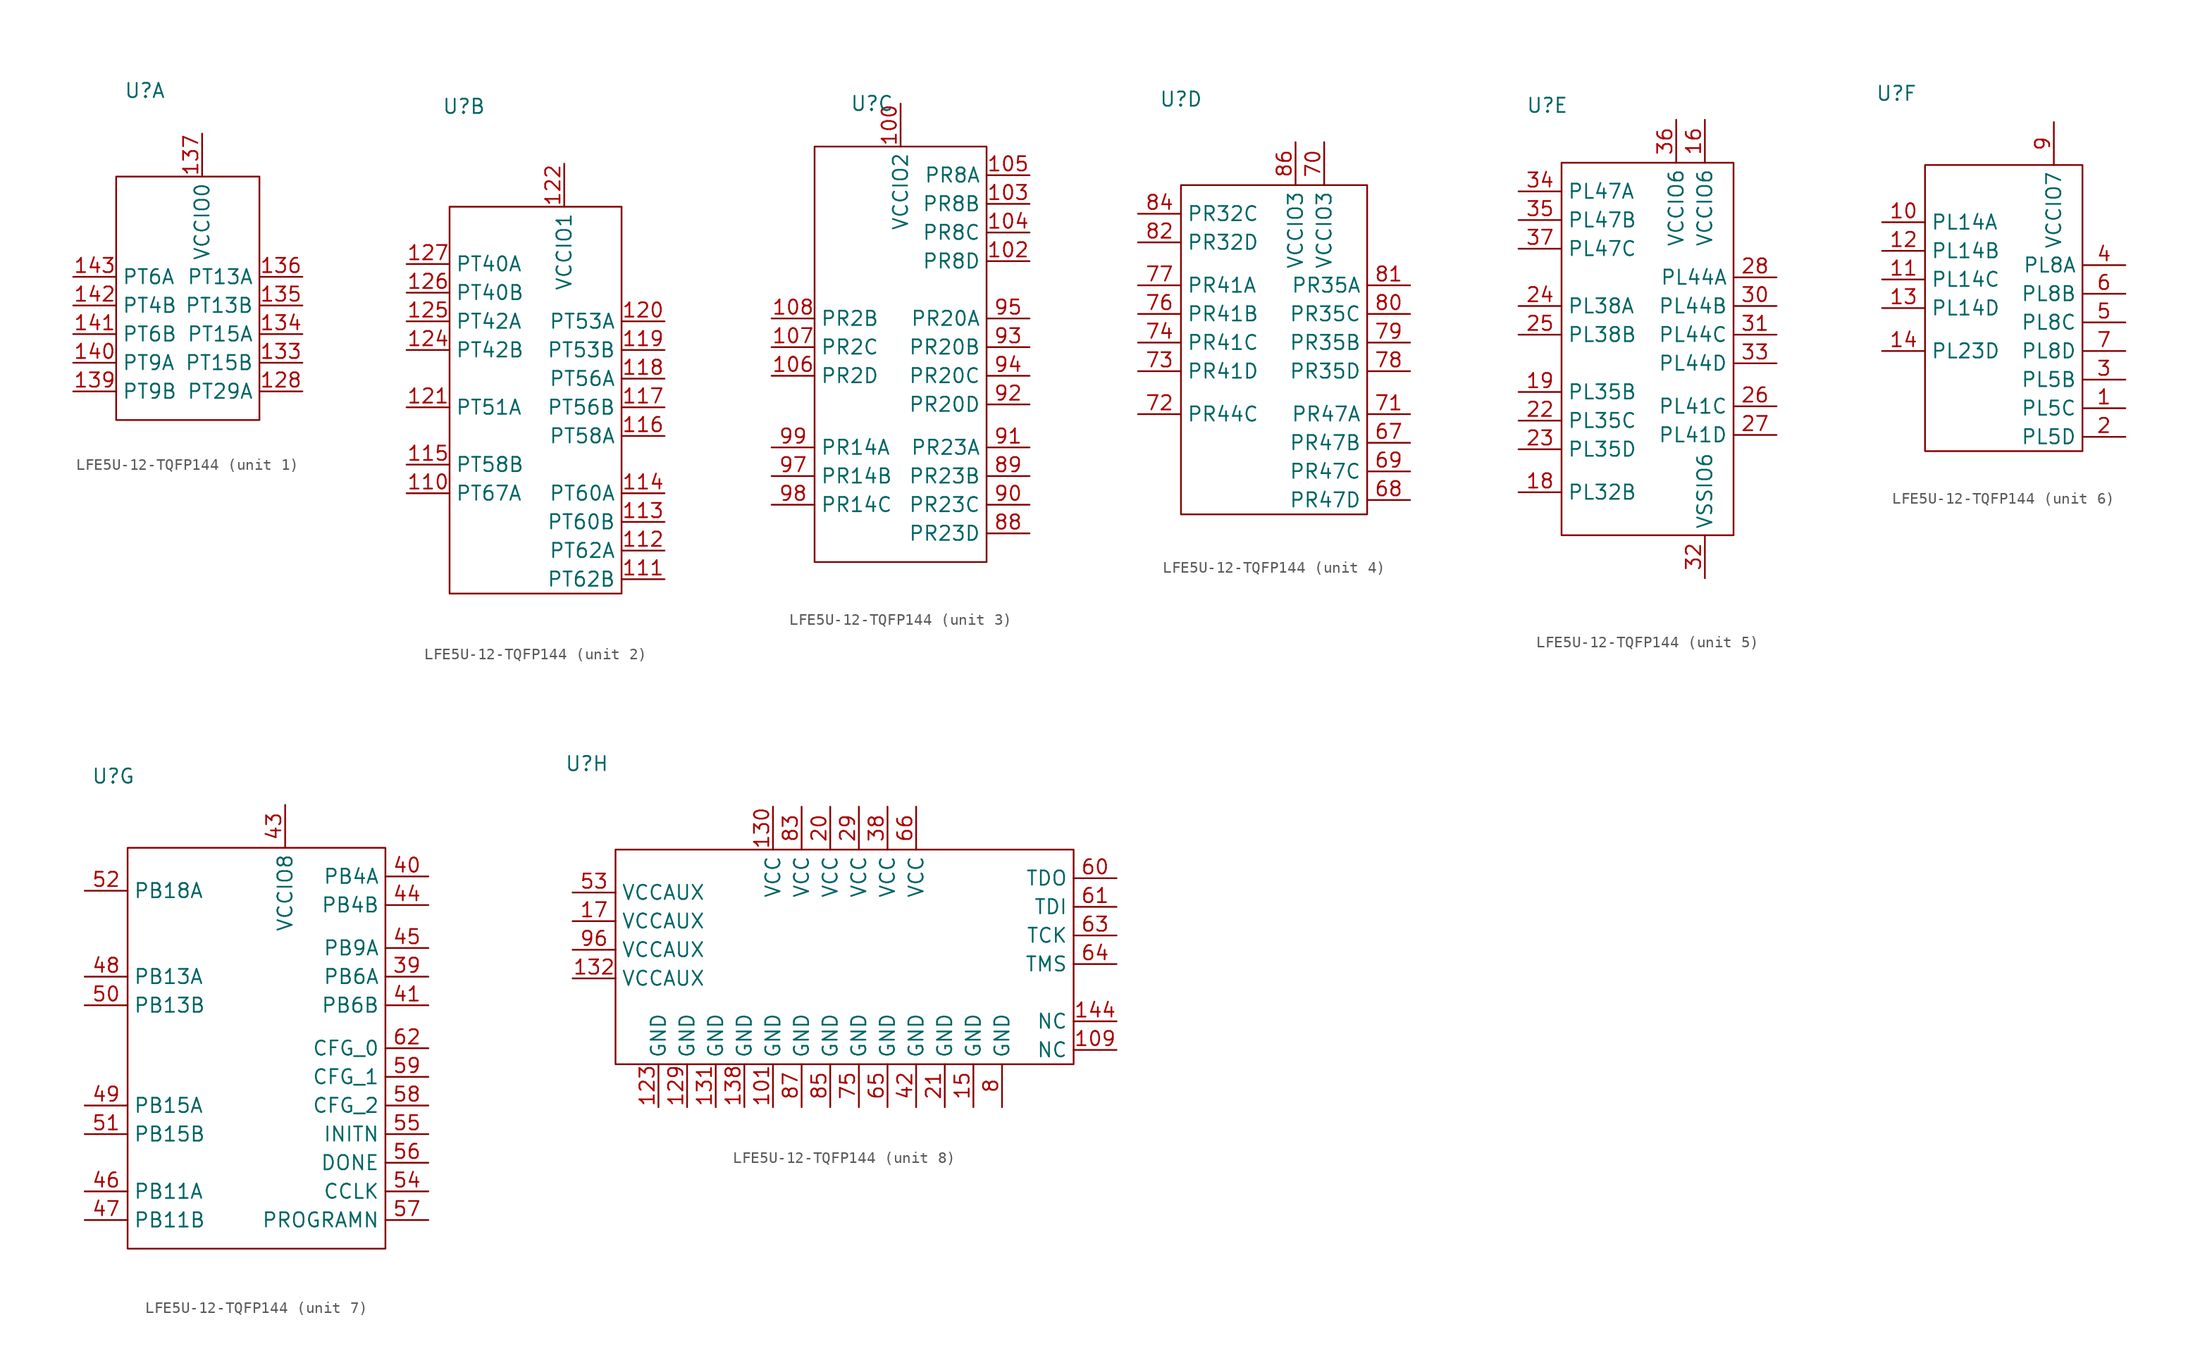
<source format=kicad_sym>
(kicad_symbol_lib
  (version 20241209)
  (generator "kicad_symbol_editor")
  (generator_version "9.0")
  (symbol "LFE5U-12-TQFP144"
    (property "Reference" "U"
      (at 0 0 0)
      (effects (font (size 1.27 1.27))))
    (property "Value" ""
      (at 0 0 0)
      (effects (font (size 1.27 1.27))))
    (property "ki_locked" ""
      (at 0 0 0)
      (effects (font (size 1.27 1.27))))
    (symbol "LFE5U-12-TQFP144_1_0"
      (pin bidirectional line (at -6.35 -16.51 0) (length 3.81) (name "PT6A" (effects (font (size 1.27 1.27)))) (number "143" (effects (font (size 1.27 1.27)))))
      (pin bidirectional line (at -6.35 -19.05 0) (length 3.81) (name "PT4B" (effects (font (size 1.27 1.27)))) (number "142" (effects (font (size 1.27 1.27)))))
      (pin bidirectional line (at -6.35 -21.59 0) (length 3.81) (name "PT6B" (effects (font (size 1.27 1.27)))) (number "141" (effects (font (size 1.27 1.27)))))
      (pin bidirectional line (at -6.35 -24.13 0) (length 3.81) (name "PT9A" (effects (font (size 1.27 1.27)))) (number "140" (effects (font (size 1.27 1.27)))))
      (pin bidirectional line (at -6.35 -26.67 0) (length 3.81) (name "PT9B" (effects (font (size 1.27 1.27)))) (number "139" (effects (font (size 1.27 1.27)))))
      (pin power_in line (at 5.08 -3.81 270) (length 3.81) (name "VCCIO0" (effects (font (size 1.27 1.27)))) (number "137" (effects (font (size 1.27 1.27)))))
      (pin bidirectional line (at 13.97 -16.51 180) (length 3.81) (name "PT13A" (effects (font (size 1.27 1.27)))) (number "136" (effects (font (size 1.27 1.27)))))
      (pin bidirectional line (at 13.97 -19.05 180) (length 3.81) (name "PT13B" (effects (font (size 1.27 1.27)))) (number "135" (effects (font (size 1.27 1.27)))))
      (pin bidirectional line (at 13.97 -21.59 180) (length 3.81) (name "PT15A" (effects (font (size 1.27 1.27)))) (number "134" (effects (font (size 1.27 1.27)))))
      (pin bidirectional line (at 13.97 -24.13 180) (length 3.81) (name "PT15B" (effects (font (size 1.27 1.27)))) (number "133" (effects (font (size 1.27 1.27)))))
      (pin bidirectional line (at 13.97 -26.67 180) (length 3.81) (name "PT29A" (effects (font (size 1.27 1.27)))) (number "128" (effects (font (size 1.27 1.27))))))
    (symbol "LFE5U-12-TQFP144_1_1"
      (rectangle (start -2.54 -7.62) (end 10.16 -29.21) (stroke (width 0) (type default)) (fill (type none))))
    (symbol "LFE5U-12-TQFP144_2_0"
      (pin bidirectional line (at -5.08 -13.97 0) (length 3.81) (name "PT40A" (effects (font (size 1.27 1.27)))) (number "127" (effects (font (size 1.27 1.27)))))
      (pin bidirectional line (at -5.08 -16.51 0) (length 3.81) (name "PT40B" (effects (font (size 1.27 1.27)))) (number "126" (effects (font (size 1.27 1.27)))))
      (pin bidirectional line (at -5.08 -19.05 0) (length 3.81) (name "PT42A" (effects (font (size 1.27 1.27)))) (number "125" (effects (font (size 1.27 1.27)))))
      (pin bidirectional line (at -5.08 -21.59 0) (length 3.81) (name "PT42B" (effects (font (size 1.27 1.27)))) (number "124" (effects (font (size 1.27 1.27)))))
      (pin bidirectional line (at -5.08 -26.67 0) (length 3.81) (name "PT51A" (effects (font (size 1.27 1.27)))) (number "121" (effects (font (size 1.27 1.27)))))
      (pin bidirectional line (at -5.08 -31.75 0) (length 3.81) (name "PT58B" (effects (font (size 1.27 1.27)))) (number "115" (effects (font (size 1.27 1.27)))))
      (pin bidirectional line (at -5.08 -34.29 0) (length 3.81) (name "PT67A" (effects (font (size 1.27 1.27)))) (number "110" (effects (font (size 1.27 1.27)))))
      (pin power_in line (at 8.89 -5.08 270) (length 3.81) (name "VCCIO1" (effects (font (size 1.27 1.27)))) (number "122" (effects (font (size 1.27 1.27)))))
      (pin bidirectional line (at 17.78 -19.05 180) (length 3.81) (name "PT53A" (effects (font (size 1.27 1.27)))) (number "120" (effects (font (size 1.27 1.27)))))
      (pin bidirectional line (at 17.78 -21.59 180) (length 3.81) (name "PT53B" (effects (font (size 1.27 1.27)))) (number "119" (effects (font (size 1.27 1.27)))))
      (pin bidirectional line (at 17.78 -24.13 180) (length 3.81) (name "PT56A" (effects (font (size 1.27 1.27)))) (number "118" (effects (font (size 1.27 1.27)))))
      (pin bidirectional line (at 17.78 -26.67 180) (length 3.81) (name "PT56B" (effects (font (size 1.27 1.27)))) (number "117" (effects (font (size 1.27 1.27)))))
      (pin bidirectional line (at 17.78 -29.21 180) (length 3.81) (name "PT58A" (effects (font (size 1.27 1.27)))) (number "116" (effects (font (size 1.27 1.27)))))
      (pin bidirectional line (at 17.78 -34.29 180) (length 3.81) (name "PT60A" (effects (font (size 1.27 1.27)))) (number "114" (effects (font (size 1.27 1.27)))))
      (pin bidirectional line (at 17.78 -36.83 180) (length 3.81) (name "PT60B" (effects (font (size 1.27 1.27)))) (number "113" (effects (font (size 1.27 1.27)))))
      (pin bidirectional line (at 17.78 -39.37 180) (length 3.81) (name "PT62A" (effects (font (size 1.27 1.27)))) (number "112" (effects (font (size 1.27 1.27)))))
      (pin bidirectional line (at 17.78 -41.91 180) (length 3.81) (name "PT62B" (effects (font (size 1.27 1.27)))) (number "111" (effects (font (size 1.27 1.27))))))
    (symbol "LFE5U-12-TQFP144_2_1"
      (rectangle (start -1.27 -8.89) (end 13.97 -43.18) (stroke (width 0) (type default)) (fill (type none))))
    (symbol "LFE5U-12-TQFP144_3_0"
      (pin bidirectional line (at -8.89 -19.05 0) (length 3.81) (name "PR2B" (effects (font (size 1.27 1.27)))) (number "108" (effects (font (size 1.27 1.27)))))
      (pin bidirectional line (at -8.89 -21.59 0) (length 3.81) (name "PR2C" (effects (font (size 1.27 1.27)))) (number "107" (effects (font (size 1.27 1.27)))))
      (pin bidirectional line (at -8.89 -24.13 0) (length 3.81) (name "PR2D" (effects (font (size 1.27 1.27)))) (number "106" (effects (font (size 1.27 1.27)))))
      (pin bidirectional line (at -8.89 -30.48 0) (length 3.81) (name "PR14A" (effects (font (size 1.27 1.27)))) (number "99" (effects (font (size 1.27 1.27)))))
      (pin bidirectional line (at -8.89 -33.02 0) (length 3.81) (name "PR14B" (effects (font (size 1.27 1.27)))) (number "97" (effects (font (size 1.27 1.27)))))
      (pin bidirectional line (at -8.89 -35.56 0) (length 3.81) (name "PR14C" (effects (font (size 1.27 1.27)))) (number "98" (effects (font (size 1.27 1.27)))))
      (pin power_in line (at 2.54 0 270) (length 3.81) (name "VCCIO2" (effects (font (size 1.27 1.27)))) (number "100" (effects (font (size 1.27 1.27)))))
      (pin bidirectional line (at 13.97 -6.35 180) (length 3.81) (name "PR8A" (effects (font (size 1.27 1.27)))) (number "105" (effects (font (size 1.27 1.27)))))
      (pin bidirectional line (at 13.97 -8.89 180) (length 3.81) (name "PR8B" (effects (font (size 1.27 1.27)))) (number "103" (effects (font (size 1.27 1.27)))))
      (pin bidirectional line (at 13.97 -11.43 180) (length 3.81) (name "PR8C" (effects (font (size 1.27 1.27)))) (number "104" (effects (font (size 1.27 1.27)))))
      (pin bidirectional line (at 13.97 -13.97 180) (length 3.81) (name "PR8D" (effects (font (size 1.27 1.27)))) (number "102" (effects (font (size 1.27 1.27)))))
      (pin bidirectional line (at 13.97 -19.05 180) (length 3.81) (name "PR20A" (effects (font (size 1.27 1.27)))) (number "95" (effects (font (size 1.27 1.27)))))
      (pin bidirectional line (at 13.97 -21.59 180) (length 3.81) (name "PR20B" (effects (font (size 1.27 1.27)))) (number "93" (effects (font (size 1.27 1.27)))))
      (pin bidirectional line (at 13.97 -24.13 180) (length 3.81) (name "PR20C" (effects (font (size 1.27 1.27)))) (number "94" (effects (font (size 1.27 1.27)))))
      (pin bidirectional line (at 13.97 -26.67 180) (length 3.81) (name "PR20D" (effects (font (size 1.27 1.27)))) (number "92" (effects (font (size 1.27 1.27)))))
      (pin bidirectional line (at 13.97 -30.48 180) (length 3.81) (name "PR23A" (effects (font (size 1.27 1.27)))) (number "91" (effects (font (size 1.27 1.27)))))
      (pin bidirectional line (at 13.97 -33.02 180) (length 3.81) (name "PR23B" (effects (font (size 1.27 1.27)))) (number "89" (effects (font (size 1.27 1.27)))))
      (pin bidirectional line (at 13.97 -35.56 180) (length 3.81) (name "PR23C" (effects (font (size 1.27 1.27)))) (number "90" (effects (font (size 1.27 1.27)))))
      (pin bidirectional line (at 13.97 -38.1 180) (length 3.81) (name "PR23D" (effects (font (size 1.27 1.27)))) (number "88" (effects (font (size 1.27 1.27))))))
    (symbol "LFE5U-12-TQFP144_3_1"
      (rectangle (start -5.08 -3.81) (end 10.16 -40.64) (stroke (width 0) (type default)) (fill (type none))))
    (symbol "LFE5U-12-TQFP144_4_0"
      (pin bidirectional line (at -3.81 -10.16 0) (length 3.81) (name "PR32C" (effects (font (size 1.27 1.27)))) (number "84" (effects (font (size 1.27 1.27)))))
      (pin bidirectional line (at -3.81 -12.7 0) (length 3.81) (name "PR32D" (effects (font (size 1.27 1.27)))) (number "82" (effects (font (size 1.27 1.27)))))
      (pin bidirectional line (at -3.81 -16.51 0) (length 3.81) (name "PR41A" (effects (font (size 1.27 1.27)))) (number "77" (effects (font (size 1.27 1.27)))))
      (pin bidirectional line (at -3.81 -19.05 0) (length 3.81) (name "PR41B" (effects (font (size 1.27 1.27)))) (number "76" (effects (font (size 1.27 1.27)))))
      (pin bidirectional line (at -3.81 -21.59 0) (length 3.81) (name "PR41C" (effects (font (size 1.27 1.27)))) (number "74" (effects (font (size 1.27 1.27)))))
      (pin bidirectional line (at -3.81 -24.13 0) (length 3.81) (name "PR41D" (effects (font (size 1.27 1.27)))) (number "73" (effects (font (size 1.27 1.27)))))
      (pin bidirectional line (at -3.81 -27.94 0) (length 3.81) (name "PR44C" (effects (font (size 1.27 1.27)))) (number "72" (effects (font (size 1.27 1.27)))))
      (pin power_in line (at 10.16 -3.81 270) (length 3.81) (name "VCCIO3" (effects (font (size 1.27 1.27)))) (number "86" (effects (font (size 1.27 1.27)))))
      (pin power_in line (at 12.7 -3.81 270) (length 3.81) (name "VCCIO3" (effects (font (size 1.27 1.27)))) (number "70" (effects (font (size 1.27 1.27)))))
      (pin bidirectional line (at 20.32 -16.51 180) (length 3.81) (name "PR35A" (effects (font (size 1.27 1.27)))) (number "81" (effects (font (size 1.27 1.27)))))
      (pin bidirectional line (at 20.32 -19.05 180) (length 3.81) (name "PR35C" (effects (font (size 1.27 1.27)))) (number "80" (effects (font (size 1.27 1.27)))))
      (pin bidirectional line (at 20.32 -21.59 180) (length 3.81) (name "PR35B" (effects (font (size 1.27 1.27)))) (number "79" (effects (font (size 1.27 1.27)))))
      (pin bidirectional line (at 20.32 -24.13 180) (length 3.81) (name "PR35D" (effects (font (size 1.27 1.27)))) (number "78" (effects (font (size 1.27 1.27)))))
      (pin bidirectional line (at 20.32 -27.94 180) (length 3.81) (name "PR47A" (effects (font (size 1.27 1.27)))) (number "71" (effects (font (size 1.27 1.27)))))
      (pin bidirectional line (at 20.32 -30.48 180) (length 3.81) (name "PR47B" (effects (font (size 1.27 1.27)))) (number "67" (effects (font (size 1.27 1.27)))))
      (pin bidirectional line (at 20.32 -33.02 180) (length 3.81) (name "PR47C" (effects (font (size 1.27 1.27)))) (number "69" (effects (font (size 1.27 1.27)))))
      (pin bidirectional line (at 20.32 -35.56 180) (length 3.81) (name "PR47D" (effects (font (size 1.27 1.27)))) (number "68" (effects (font (size 1.27 1.27))))))
    (symbol "LFE5U-12-TQFP144_4_1"
      (rectangle (start 0 -7.62) (end 16.51 -36.83) (stroke (width 0) (type default)) (fill (type none))))
    (symbol "LFE5U-12-TQFP144_5_0"
      (pin bidirectional line (at -2.54 -7.62 0) (length 3.81) (name "PL47A" (effects (font (size 1.27 1.27)))) (number "34" (effects (font (size 1.27 1.27)))))
      (pin bidirectional line (at -2.54 -10.16 0) (length 3.81) (name "PL47B" (effects (font (size 1.27 1.27)))) (number "35" (effects (font (size 1.27 1.27)))))
      (pin bidirectional line (at -2.54 -12.7 0) (length 3.81) (name "PL47C" (effects (font (size 1.27 1.27)))) (number "37" (effects (font (size 1.27 1.27)))))
      (pin bidirectional line (at -2.54 -17.78 0) (length 3.81) (name "PL38A" (effects (font (size 1.27 1.27)))) (number "24" (effects (font (size 1.27 1.27)))))
      (pin bidirectional line (at -2.54 -20.32 0) (length 3.81) (name "PL38B" (effects (font (size 1.27 1.27)))) (number "25" (effects (font (size 1.27 1.27)))))
      (pin bidirectional line (at -2.54 -25.4 0) (length 3.81) (name "PL35B" (effects (font (size 1.27 1.27)))) (number "19" (effects (font (size 1.27 1.27)))))
      (pin bidirectional line (at -2.54 -27.94 0) (length 3.81) (name "PL35C" (effects (font (size 1.27 1.27)))) (number "22" (effects (font (size 1.27 1.27)))))
      (pin bidirectional line (at -2.54 -30.48 0) (length 3.81) (name "PL35D" (effects (font (size 1.27 1.27)))) (number "23" (effects (font (size 1.27 1.27)))))
      (pin bidirectional line (at -2.54 -34.29 0) (length 3.81) (name "PL32B" (effects (font (size 1.27 1.27)))) (number "18" (effects (font (size 1.27 1.27)))))
      (pin power_in line (at 11.43 -1.27 270) (length 3.81) (name "VCCIO6" (effects (font (size 1.27 1.27)))) (number "36" (effects (font (size 1.27 1.27)))))
      (pin power_in line (at 13.97 -1.27 270) (length 3.81) (name "VCCIO6" (effects (font (size 1.27 1.27)))) (number "16" (effects (font (size 1.27 1.27)))))
      (pin power_in line (at 13.97 -41.91 90) (length 3.81) (name "VSSIO6" (effects (font (size 1.27 1.27)))) (number "32" (effects (font (size 1.27 1.27)))))
      (pin bidirectional line (at 20.32 -15.24 180) (length 3.81) (name "PL44A" (effects (font (size 1.27 1.27)))) (number "28" (effects (font (size 1.27 1.27)))))
      (pin bidirectional line (at 20.32 -17.78 180) (length 3.81) (name "PL44B" (effects (font (size 1.27 1.27)))) (number "30" (effects (font (size 1.27 1.27)))))
      (pin bidirectional line (at 20.32 -20.32 180) (length 3.81) (name "PL44C" (effects (font (size 1.27 1.27)))) (number "31" (effects (font (size 1.27 1.27)))))
      (pin bidirectional line (at 20.32 -22.86 180) (length 3.81) (name "PL44D" (effects (font (size 1.27 1.27)))) (number "33" (effects (font (size 1.27 1.27)))))
      (pin bidirectional line (at 20.32 -26.67 180) (length 3.81) (name "PL41C" (effects (font (size 1.27 1.27)))) (number "26" (effects (font (size 1.27 1.27)))))
      (pin bidirectional line (at 20.32 -29.21 180) (length 3.81) (name "PL41D" (effects (font (size 1.27 1.27)))) (number "27" (effects (font (size 1.27 1.27))))))
    (symbol "LFE5U-12-TQFP144_5_1"
      (rectangle (start 1.27 -5.08) (end 16.51 -38.1) (stroke (width 0) (type default)) (fill (type none))))
    (symbol "LFE5U-12-TQFP144_6_0"
      (pin bidirectional line (at -1.27 -11.43 0) (length 3.81) (name "PL14A" (effects (font (size 1.27 1.27)))) (number "10" (effects (font (size 1.27 1.27)))))
      (pin bidirectional line (at -1.27 -13.97 0) (length 3.81) (name "PL14B" (effects (font (size 1.27 1.27)))) (number "12" (effects (font (size 1.27 1.27)))))
      (pin bidirectional line (at -1.27 -16.51 0) (length 3.81) (name "PL14C" (effects (font (size 1.27 1.27)))) (number "11" (effects (font (size 1.27 1.27)))))
      (pin bidirectional line (at -1.27 -19.05 0) (length 3.81) (name "PL14D" (effects (font (size 1.27 1.27)))) (number "13" (effects (font (size 1.27 1.27)))))
      (pin bidirectional line (at -1.27 -22.86 0) (length 3.81) (name "PL23D" (effects (font (size 1.27 1.27)))) (number "14" (effects (font (size 1.27 1.27)))))
      (pin power_in line (at 13.97 -2.54 270) (length 3.81) (name "VCCIO7" (effects (font (size 1.27 1.27)))) (number "9" (effects (font (size 1.27 1.27)))))
      (pin bidirectional line (at 20.32 -15.24 180) (length 3.81) (name "PL8A" (effects (font (size 1.27 1.27)))) (number "4" (effects (font (size 1.27 1.27)))))
      (pin bidirectional line (at 20.32 -17.78 180) (length 3.81) (name "PL8B" (effects (font (size 1.27 1.27)))) (number "6" (effects (font (size 1.27 1.27)))))
      (pin bidirectional line (at 20.32 -20.32 180) (length 3.81) (name "PL8C" (effects (font (size 1.27 1.27)))) (number "5" (effects (font (size 1.27 1.27)))))
      (pin bidirectional line (at 20.32 -22.86 180) (length 3.81) (name "PL8D" (effects (font (size 1.27 1.27)))) (number "7" (effects (font (size 1.27 1.27)))))
      (pin bidirectional line (at 20.32 -25.4 180) (length 3.81) (name "PL5B" (effects (font (size 1.27 1.27)))) (number "3" (effects (font (size 1.27 1.27)))))
      (pin bidirectional line (at 20.32 -27.94 180) (length 3.81) (name "PL5C" (effects (font (size 1.27 1.27)))) (number "1" (effects (font (size 1.27 1.27)))))
      (pin bidirectional line (at 20.32 -30.48 180) (length 3.81) (name "PL5D" (effects (font (size 1.27 1.27)))) (number "2" (effects (font (size 1.27 1.27))))))
    (symbol "LFE5U-12-TQFP144_6_1"
      (rectangle (start 2.54 -6.35) (end 16.51 -31.75) (stroke (width 0) (type default)) (fill (type none))))
    (symbol "LFE5U-12-TQFP144_7_0"
      (pin bidirectional line (at -2.54 -10.16 0) (length 3.81) (name "PB18A" (effects (font (size 1.27 1.27)))) (number "52" (effects (font (size 1.27 1.27)))))
      (pin bidirectional line (at -2.54 -17.78 0) (length 3.81) (name "PB13A" (effects (font (size 1.27 1.27)))) (number "48" (effects (font (size 1.27 1.27)))))
      (pin bidirectional line (at -2.54 -20.32 0) (length 3.81) (name "PB13B" (effects (font (size 1.27 1.27)))) (number "50" (effects (font (size 1.27 1.27)))))
      (pin bidirectional line (at -2.54 -29.21 0) (length 3.81) (name "PB15A" (effects (font (size 1.27 1.27)))) (number "49" (effects (font (size 1.27 1.27)))))
      (pin bidirectional line (at -2.54 -31.75 0) (length 3.81) (name "PB15B" (effects (font (size 1.27 1.27)))) (number "51" (effects (font (size 1.27 1.27)))))
      (pin bidirectional line (at -2.54 -36.83 0) (length 3.81) (name "PB11A" (effects (font (size 1.27 1.27)))) (number "46" (effects (font (size 1.27 1.27)))))
      (pin bidirectional line (at -2.54 -39.37 0) (length 3.81) (name "PB11B" (effects (font (size 1.27 1.27)))) (number "47" (effects (font (size 1.27 1.27)))))
      (pin power_in line (at 15.24 -2.54 270) (length 3.81) (name "VCCIO8" (effects (font (size 1.27 1.27)))) (number "43" (effects (font (size 1.27 1.27)))))
      (pin bidirectional line (at 27.94 -8.89 180) (length 3.81) (name "PB4A" (effects (font (size 1.27 1.27)))) (number "40" (effects (font (size 1.27 1.27)))))
      (pin bidirectional line (at 27.94 -11.43 180) (length 3.81) (name "PB4B" (effects (font (size 1.27 1.27)))) (number "44" (effects (font (size 1.27 1.27)))))
      (pin bidirectional line (at 27.94 -15.24 180) (length 3.81) (name "PB9A" (effects (font (size 1.27 1.27)))) (number "45" (effects (font (size 1.27 1.27)))))
      (pin bidirectional line (at 27.94 -17.78 180) (length 3.81) (name "PB6A" (effects (font (size 1.27 1.27)))) (number "39" (effects (font (size 1.27 1.27)))))
      (pin bidirectional line (at 27.94 -20.32 180) (length 3.81) (name "PB6B" (effects (font (size 1.27 1.27)))) (number "41" (effects (font (size 1.27 1.27)))))
      (pin bidirectional line (at 27.94 -24.13 180) (length 3.81) (name "CFG_0" (effects (font (size 1.27 1.27)))) (number "62" (effects (font (size 1.27 1.27)))))
      (pin bidirectional line (at 27.94 -26.67 180) (length 3.81) (name "CFG_1" (effects (font (size 1.27 1.27)))) (number "59" (effects (font (size 1.27 1.27)))))
      (pin bidirectional line (at 27.94 -29.21 180) (length 3.81) (name "CFG_2" (effects (font (size 1.27 1.27)))) (number "58" (effects (font (size 1.27 1.27)))))
      (pin bidirectional line (at 27.94 -31.75 180) (length 3.81) (name "INITN" (effects (font (size 1.27 1.27)))) (number "55" (effects (font (size 1.27 1.27)))))
      (pin bidirectional line (at 27.94 -34.29 180) (length 3.81) (name "DONE" (effects (font (size 1.27 1.27)))) (number "56" (effects (font (size 1.27 1.27)))))
      (pin bidirectional line (at 27.94 -36.83 180) (length 3.81) (name "CCLK" (effects (font (size 1.27 1.27)))) (number "54" (effects (font (size 1.27 1.27)))))
      (pin bidirectional line (at 27.94 -39.37 180) (length 3.81) (name "PROGRAMN" (effects (font (size 1.27 1.27)))) (number "57" (effects (font (size 1.27 1.27))))))
    (symbol "LFE5U-12-TQFP144_7_1"
      (rectangle (start 1.27 -6.35) (end 24.13 -41.91) (stroke (width 0) (type default)) (fill (type none))))
    (symbol "LFE5U-12-TQFP144_8_0"
      (pin power_in line (at -1.27 -11.43 0) (length 3.81) (name "VCCAUX" (effects (font (size 1.27 1.27)))) (number "53" (effects (font (size 1.27 1.27)))))
      (pin power_in line (at -1.27 -13.97 0) (length 3.81) (name "VCCAUX" (effects (font (size 1.27 1.27)))) (number "17" (effects (font (size 1.27 1.27)))))
      (pin power_in line (at -1.27 -16.51 0) (length 3.81) (name "VCCAUX" (effects (font (size 1.27 1.27)))) (number "96" (effects (font (size 1.27 1.27)))))
      (pin power_in line (at -1.27 -19.05 0) (length 3.81) (name "VCCAUX" (effects (font (size 1.27 1.27)))) (number "132" (effects (font (size 1.27 1.27)))))
      (pin power_in line (at 6.35 -30.48 90) (length 3.81) (name "GND" (effects (font (size 1.27 1.27)))) (number "123" (effects (font (size 1.27 1.27)))))
      (pin power_in line (at 8.89 -30.48 90) (length 3.81) (name "GND" (effects (font (size 1.27 1.27)))) (number "129" (effects (font (size 1.27 1.27)))))
      (pin power_in line (at 11.43 -30.48 90) (length 3.81) (name "GND" (effects (font (size 1.27 1.27)))) (number "131" (effects (font (size 1.27 1.27)))))
      (pin power_in line (at 13.97 -30.48 90) (length 3.81) (name "GND" (effects (font (size 1.27 1.27)))) (number "138" (effects (font (size 1.27 1.27)))))
      (pin power_in line (at 16.51 -3.81 270) (length 3.81) (name "VCC" (effects (font (size 1.27 1.27)))) (number "130" (effects (font (size 1.27 1.27)))))
      (pin power_in line (at 16.51 -30.48 90) (length 3.81) (name "GND" (effects (font (size 1.27 1.27)))) (number "101" (effects (font (size 1.27 1.27)))))
      (pin power_in line (at 19.05 -3.81 270) (length 3.81) (name "VCC" (effects (font (size 1.27 1.27)))) (number "83" (effects (font (size 1.27 1.27)))))
      (pin power_in line (at 19.05 -30.48 90) (length 3.81) (name "GND" (effects (font (size 1.27 1.27)))) (number "87" (effects (font (size 1.27 1.27)))))
      (pin power_in line (at 21.59 -3.81 270) (length 3.81) (name "VCC" (effects (font (size 1.27 1.27)))) (number "20" (effects (font (size 1.27 1.27)))))
      (pin power_in line (at 21.59 -30.48 90) (length 3.81) (name "GND" (effects (font (size 1.27 1.27)))) (number "85" (effects (font (size 1.27 1.27)))))
      (pin power_in line (at 24.13 -3.81 270) (length 3.81) (name "VCC" (effects (font (size 1.27 1.27)))) (number "29" (effects (font (size 1.27 1.27)))))
      (pin power_in line (at 24.13 -30.48 90) (length 3.81) (name "GND" (effects (font (size 1.27 1.27)))) (number "75" (effects (font (size 1.27 1.27)))))
      (pin power_in line (at 26.67 -3.81 270) (length 3.81) (name "VCC" (effects (font (size 1.27 1.27)))) (number "38" (effects (font (size 1.27 1.27)))))
      (pin power_in line (at 26.67 -30.48 90) (length 3.81) (name "GND" (effects (font (size 1.27 1.27)))) (number "65" (effects (font (size 1.27 1.27)))))
      (pin power_in line (at 29.21 -3.81 270) (length 3.81) (name "VCC" (effects (font (size 1.27 1.27)))) (number "66" (effects (font (size 1.27 1.27)))))
      (pin power_in line (at 29.21 -30.48 90) (length 3.81) (name "GND" (effects (font (size 1.27 1.27)))) (number "42" (effects (font (size 1.27 1.27)))))
      (pin power_in line (at 31.75 -30.48 90) (length 3.81) (name "GND" (effects (font (size 1.27 1.27)))) (number "21" (effects (font (size 1.27 1.27)))))
      (pin power_in line (at 34.29 -30.48 90) (length 3.81) (name "GND" (effects (font (size 1.27 1.27)))) (number "15" (effects (font (size 1.27 1.27)))))
      (pin power_in line (at 36.83 -30.48 90) (length 3.81) (name "GND" (effects (font (size 1.27 1.27)))) (number "8" (effects (font (size 1.27 1.27)))))
      (pin bidirectional line (at 46.99 -10.16 180) (length 3.81) (name "TDO" (effects (font (size 1.27 1.27)))) (number "60" (effects (font (size 1.27 1.27)))))
      (pin bidirectional line (at 46.99 -12.7 180) (length 3.81) (name "TDI" (effects (font (size 1.27 1.27)))) (number "61" (effects (font (size 1.27 1.27)))))
      (pin bidirectional line (at 46.99 -15.24 180) (length 3.81) (name "TCK" (effects (font (size 1.27 1.27)))) (number "63" (effects (font (size 1.27 1.27)))))
      (pin bidirectional line (at 46.99 -17.78 180) (length 3.81) (name "TMS" (effects (font (size 1.27 1.27)))) (number "64" (effects (font (size 1.27 1.27)))))
      (pin unspecified line (at 46.99 -22.86 180) (length 3.81) (name "NC" (effects (font (size 1.27 1.27)))) (number "144" (effects (font (size 1.27 1.27)))))
      (pin unspecified line (at 46.99 -25.4 180) (length 3.81) (name "NC" (effects (font (size 1.27 1.27)))) (number "109" (effects (font (size 1.27 1.27))))))
    (symbol "LFE5U-12-TQFP144_8_1"
      (rectangle (start 2.54 -7.62) (end 43.18 -26.67) (stroke (width 0) (type default)) (fill (type none))))))
</source>
